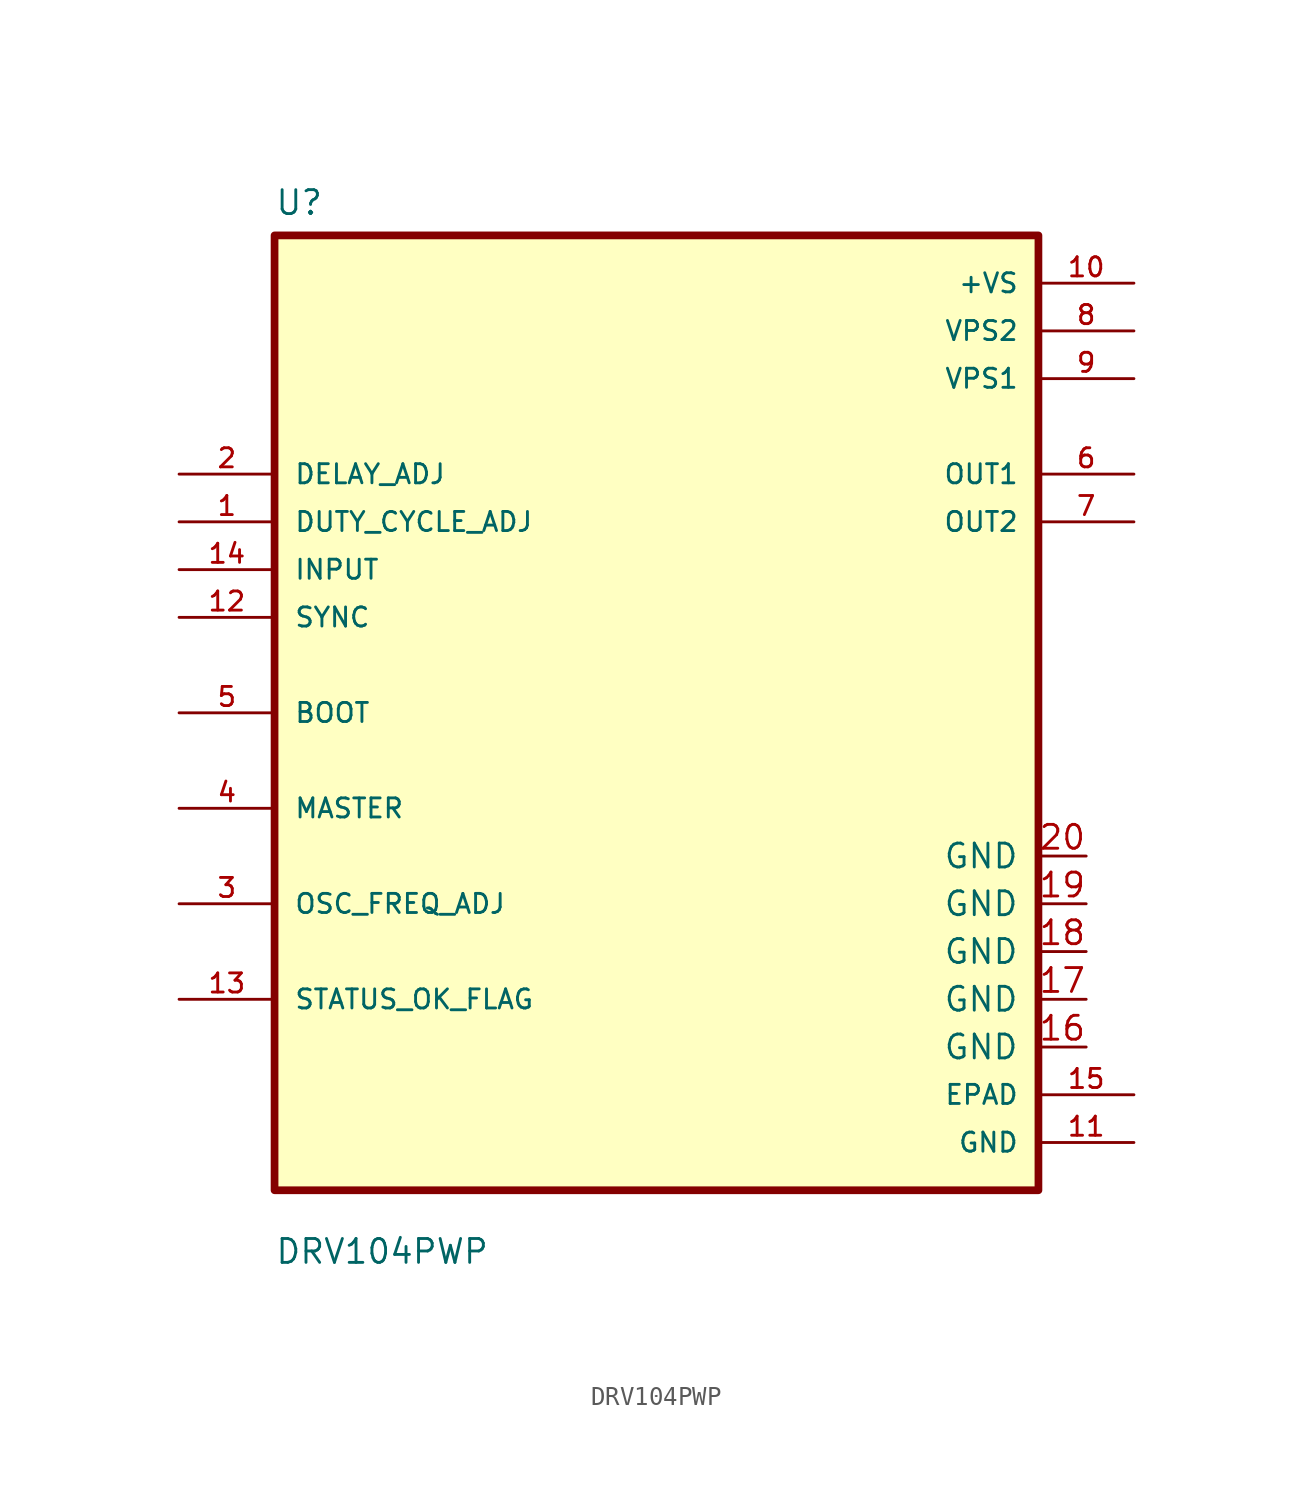
<source format=kicad_sym>
(kicad_symbol_lib
  (version 20231120)
  (generator "kicad_symbol_editor")
  (generator_version "8.0")
  (symbol "DRV104PWP"
    (pin_names
      (offset 1.016))
    (property "Reference" "U"
      (at -20.32 26.4 0)
      (effects (font (size 1.27 1.27)) (justify left bottom)))
    (property "Value" "DRV104PWP"
      (at -20.32 -29.4 0)
      (effects (font (size 1.27 1.27)) (justify left bottom)))
    (symbol "DRV104PWP_0_0"
      (rectangle (start -20.32 -25.4) (end 20.32 25.4) (stroke (width 0.41) (type default)) (fill (type background)))
      (pin input line (at -25.4 10.16 0) (length 5.08) (name "DUTY_CYCLE_ADJ" (effects (font (size 1.016 1.016)))) (number "1" (effects (font (size 1.016 1.016)))))
      (pin power_in line (at 25.4 22.86 180) (length 5.08) (name "+VS" (effects (font (size 1.016 1.016)))) (number "10" (effects (font (size 1.016 1.016)))))
      (pin power_in line (at 25.4 -22.86 180) (length 5.08) (name "GND" (effects (font (size 1.016 1.016)))) (number "11" (effects (font (size 1.016 1.016)))))
      (pin input line (at -25.4 5.08 0) (length 5.08) (name "SYNC" (effects (font (size 1.016 1.016)))) (number "12" (effects (font (size 1.016 1.016)))))
      (pin bidirectional line (at -25.4 -15.24 0) (length 5.08) (name "STATUS_OK_FLAG" (effects (font (size 1.016 1.016)))) (number "13" (effects (font (size 1.016 1.016)))))
      (pin input line (at -25.4 7.62 0) (length 5.08) (name "INPUT" (effects (font (size 1.016 1.016)))) (number "14" (effects (font (size 1.016 1.016)))))
      (pin power_in line (at 25.4 -20.32 180) (length 5.08) (name "EPAD" (effects (font (size 1.016 1.016)))) (number "15" (effects (font (size 1.016 1.016)))))
      (pin input line (at -25.4 12.7 0) (length 5.08) (name "DELAY_ADJ" (effects (font (size 1.016 1.016)))) (number "2" (effects (font (size 1.016 1.016)))))
      (pin bidirectional line (at -25.4 -10.16 0) (length 5.08) (name "OSC_FREQ_ADJ" (effects (font (size 1.016 1.016)))) (number "3" (effects (font (size 1.016 1.016)))))
      (pin bidirectional line (at -25.4 -5.08 0) (length 5.08) (name "MASTER" (effects (font (size 1.016 1.016)))) (number "4" (effects (font (size 1.016 1.016)))))
      (pin bidirectional line (at -25.4 0 0) (length 5.08) (name "BOOT" (effects (font (size 1.016 1.016)))) (number "5" (effects (font (size 1.016 1.016)))))
      (pin output line (at 25.4 12.7 180) (length 5.08) (name "OUT1" (effects (font (size 1.016 1.016)))) (number "6" (effects (font (size 1.016 1.016)))))
      (pin output line (at 25.4 10.16 180) (length 5.08) (name "OUT2" (effects (font (size 1.016 1.016)))) (number "7" (effects (font (size 1.016 1.016)))))
      (pin power_in line (at 25.4 20.32 180) (length 5.08) (name "VPS2" (effects (font (size 1.016 1.016)))) (number "8" (effects (font (size 1.016 1.016)))))
      (pin power_in line (at 25.4 17.78 180) (length 5.08) (name "VPS1" (effects (font (size 1.016 1.016)))) (number "9" (effects (font (size 1.016 1.016))))))
    (symbol "DRV104PWP_1_1"
      (pin power_in line (at 22.86 -17.78 180) (length 2.54) (name "GND" (effects (font (size 1.27 1.27)))) (number "16" (effects (font (size 1.27 1.27)))))
      (pin power_in line (at 22.86 -15.24 180) (length 2.54) (name "GND" (effects (font (size 1.27 1.27)))) (number "17" (effects (font (size 1.27 1.27)))))
      (pin power_in line (at 22.86 -12.7 180) (length 2.54) (name "GND" (effects (font (size 1.27 1.27)))) (number "18" (effects (font (size 1.27 1.27)))))
      (pin power_in line (at 22.86 -10.16 180) (length 2.54) (name "GND" (effects (font (size 1.27 1.27)))) (number "19" (effects (font (size 1.27 1.27)))))
      (pin power_in line (at 22.86 -7.62 180) (length 2.54) (name "GND" (effects (font (size 1.27 1.27)))) (number "20" (effects (font (size 1.27 1.27))))))))
</source>
